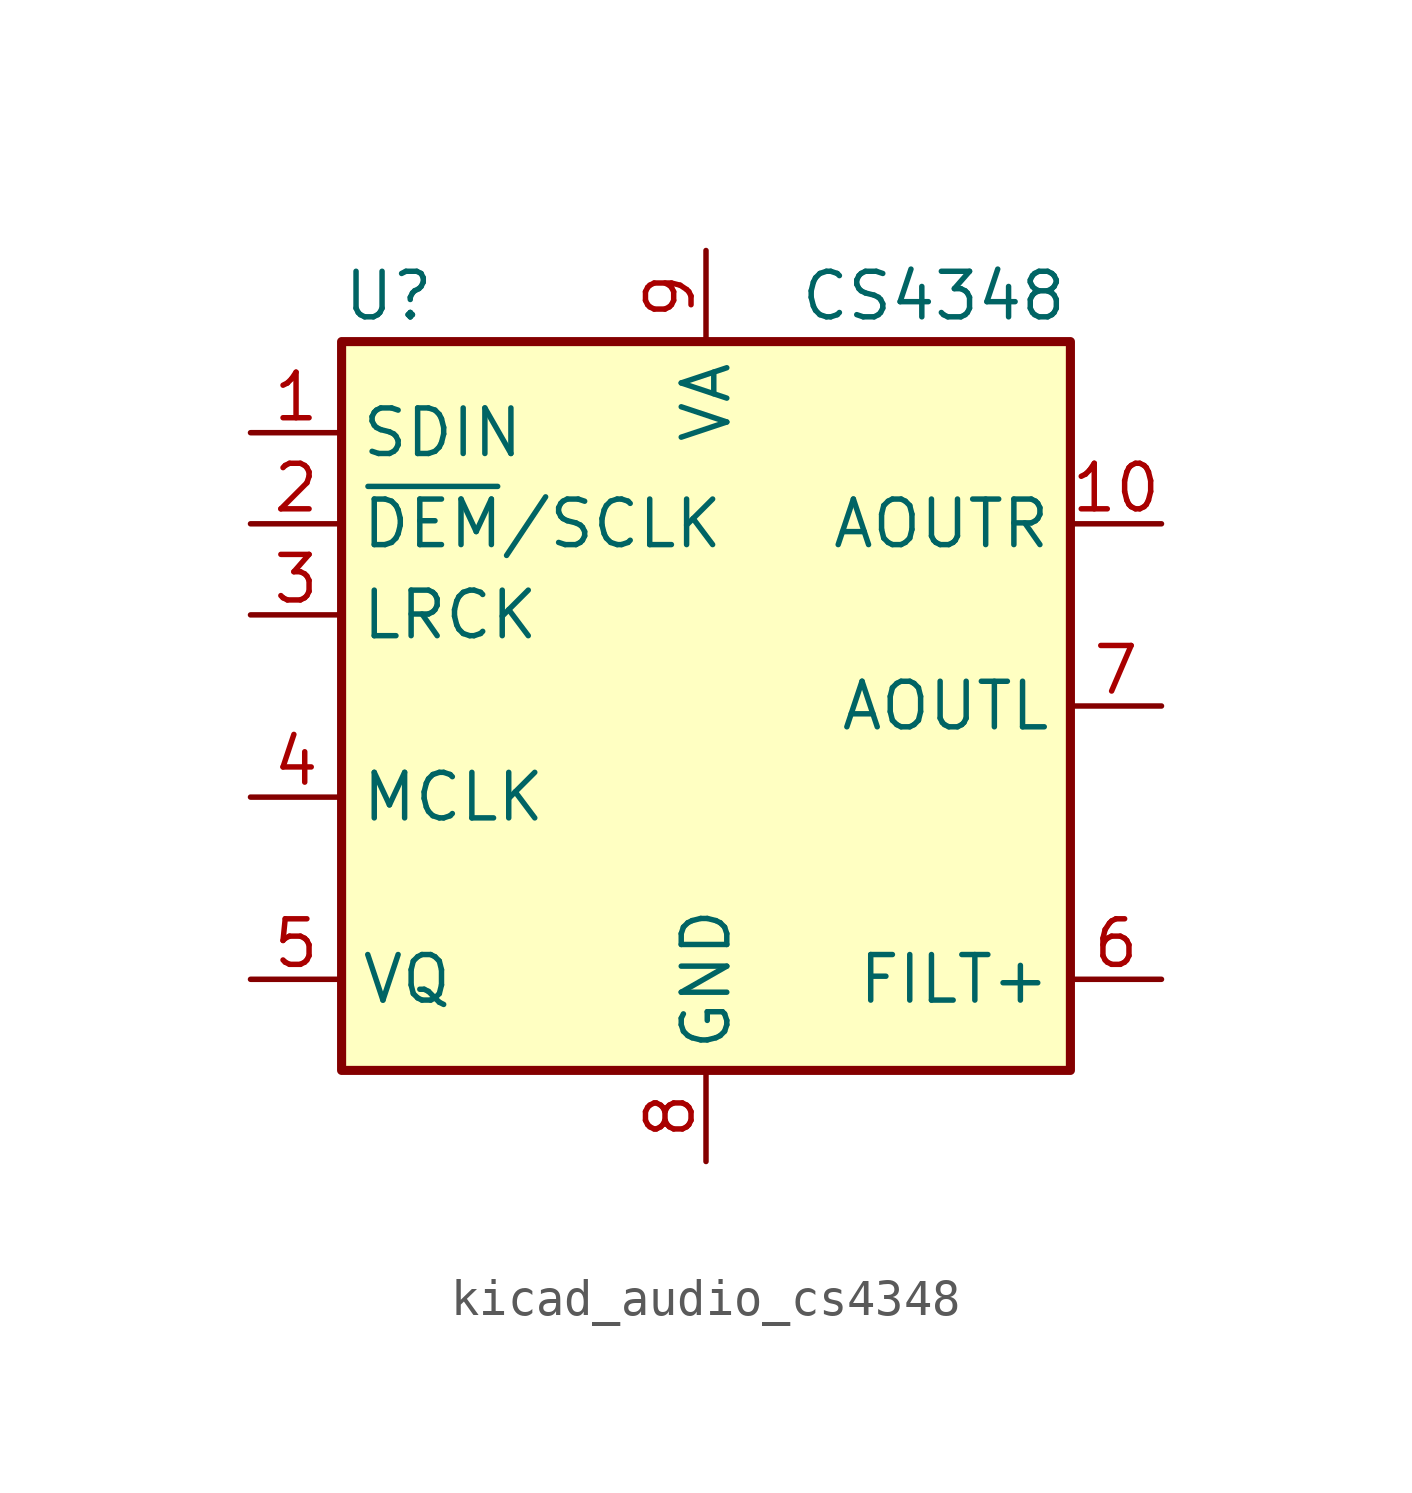
<source format=kicad_sym>
(kicad_symbol_lib
  (version 20220914)
  (generator kicad_symbol_editor)
  (symbol "kicad_audio_cs4348"
    (property "Reference" "U"
      (at -10.16 11.43 0)
      (effects (font (size 1.27 1.27)) (justify left)))
    (property "Value" "CS4348"
      (at 6.35 11.43 0)
      (effects (font (size 1.27 1.27))))
    (symbol "kicad_audio_cs4348_0_1"
      (rectangle (start -10.16 10.16) (end 10.16 -10.16) (stroke (width 0.254) (type default)) (fill (type background))))
    (symbol "kicad_audio_cs4348_1_1"
      (pin input line (at -12.7 7.62 0) (length 2.54) (name "SDIN" (effects (font (size 1.27 1.27)))) (number "1" (effects (font (size 1.27 1.27)))))
      (pin output line (at 12.7 5.08 180) (length 2.54) (name "AOUTR" (effects (font (size 1.27 1.27)))) (number "10" (effects (font (size 1.27 1.27)))))
      (pin input line (at -12.7 5.08 0) (length 2.54) (name "~{DEM}/SCLK" (effects (font (size 1.27 1.27)))) (number "2" (effects (font (size 1.27 1.27)))))
      (pin input line (at -12.7 2.54 0) (length 2.54) (name "LRCK" (effects (font (size 1.27 1.27)))) (number "3" (effects (font (size 1.27 1.27)))))
      (pin input line (at -12.7 -2.54 0) (length 2.54) (name "MCLK" (effects (font (size 1.27 1.27)))) (number "4" (effects (font (size 1.27 1.27)))))
      (pin output line (at -12.7 -7.62 0) (length 2.54) (name "VQ" (effects (font (size 1.27 1.27)))) (number "5" (effects (font (size 1.27 1.27)))))
      (pin output line (at 12.7 -7.62 180) (length 2.54) (name "FILT+" (effects (font (size 1.27 1.27)))) (number "6" (effects (font (size 1.27 1.27)))))
      (pin output line (at 12.7 0 180) (length 2.54) (name "AOUTL" (effects (font (size 1.27 1.27)))) (number "7" (effects (font (size 1.27 1.27)))))
      (pin power_in line (at 0 -12.7 90) (length 2.54) (name "GND" (effects (font (size 1.27 1.27)))) (number "8" (effects (font (size 1.27 1.27)))))
      (pin power_in line (at 0 12.7 270) (length 2.54) (name "VA" (effects (font (size 1.27 1.27)))) (number "9" (effects (font (size 1.27 1.27))))))))
</source>
